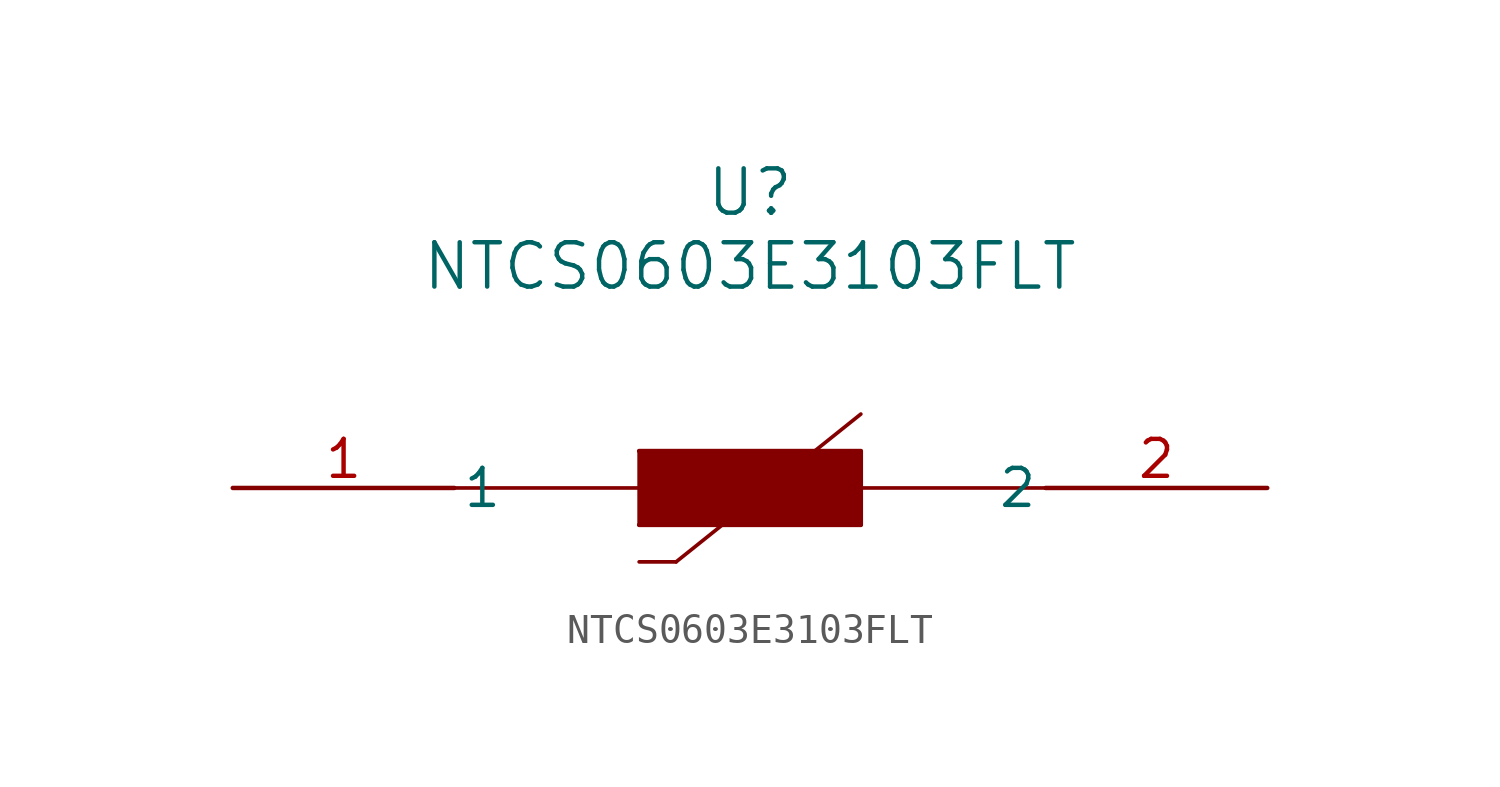
<source format=kicad_sym>
(kicad_symbol_lib
  (version 20211014)
  (generator kicad_symbol_editor)
  (symbol "NTCS0603E3103FLT"
    (pin_names
      (offset 0.254))
    (property "Reference" "U"
      (at 17.78 10.16 0)
      (effects (font (size 1.524 1.524))))
    (property "Value" "NTCS0603E3103FLT"
      (at 17.78 7.62 0)
      (effects (font (size 1.524 1.524))))
    (symbol "NTCS0603E3103FLT_0_1"
      (polyline (pts (xy 27.94 0) (xy 7.62 0)) (stroke (width 0.127) (type default) (color 0 0 0 0)) (fill (type none)))
      (polyline (pts (xy 13.97 -1.27) (xy 21.59 -1.27)) (stroke (width 0.127) (type default) (color 0 0 0 0)) (fill (type none)))
      (polyline (pts (xy 21.59 -1.27) (xy 21.59 1.27)) (stroke (width 0.127) (type default) (color 0 0 0 0)) (fill (type none)))
      (polyline (pts (xy 21.59 1.27) (xy 13.97 1.27)) (stroke (width 0.127) (type default) (color 0 0 0 0)) (fill (type none)))
      (polyline (pts (xy 13.97 1.27) (xy 13.97 -1.27)) (stroke (width 0.127) (type default) (color 0 0 0 0)) (fill (type none)))
      (polyline (pts (xy 15.24 -2.54) (xy 13.97 -2.54)) (stroke (width 0.127) (type default) (color 0 0 0 0)) (fill (type none)))
      (polyline (pts (xy 15.24 -2.54) (xy 21.59 2.54)) (stroke (width 0.127) (type default) (color 0 0 0 0)) (fill (type none)))
      (polyline (pts (xy 13.97 1.27) (xy 21.59 1.27) (xy 21.59 -1.27) (xy 13.97 -1.27)) (stroke (width 0) (type default) (color 0 0 0 0)) (fill (type outline)))
      (pin unspecified line (at 0 0 0) (length 7.62) (name "1" (effects (font (size 1.27 1.27)))) (number "1" (effects (font (size 1.27 1.27)))))
      (pin unspecified line (at 35.56 0 180) (length 7.62) (name "2" (effects (font (size 1.27 1.27)))) (number "2" (effects (font (size 1.27 1.27))))))))
</source>
